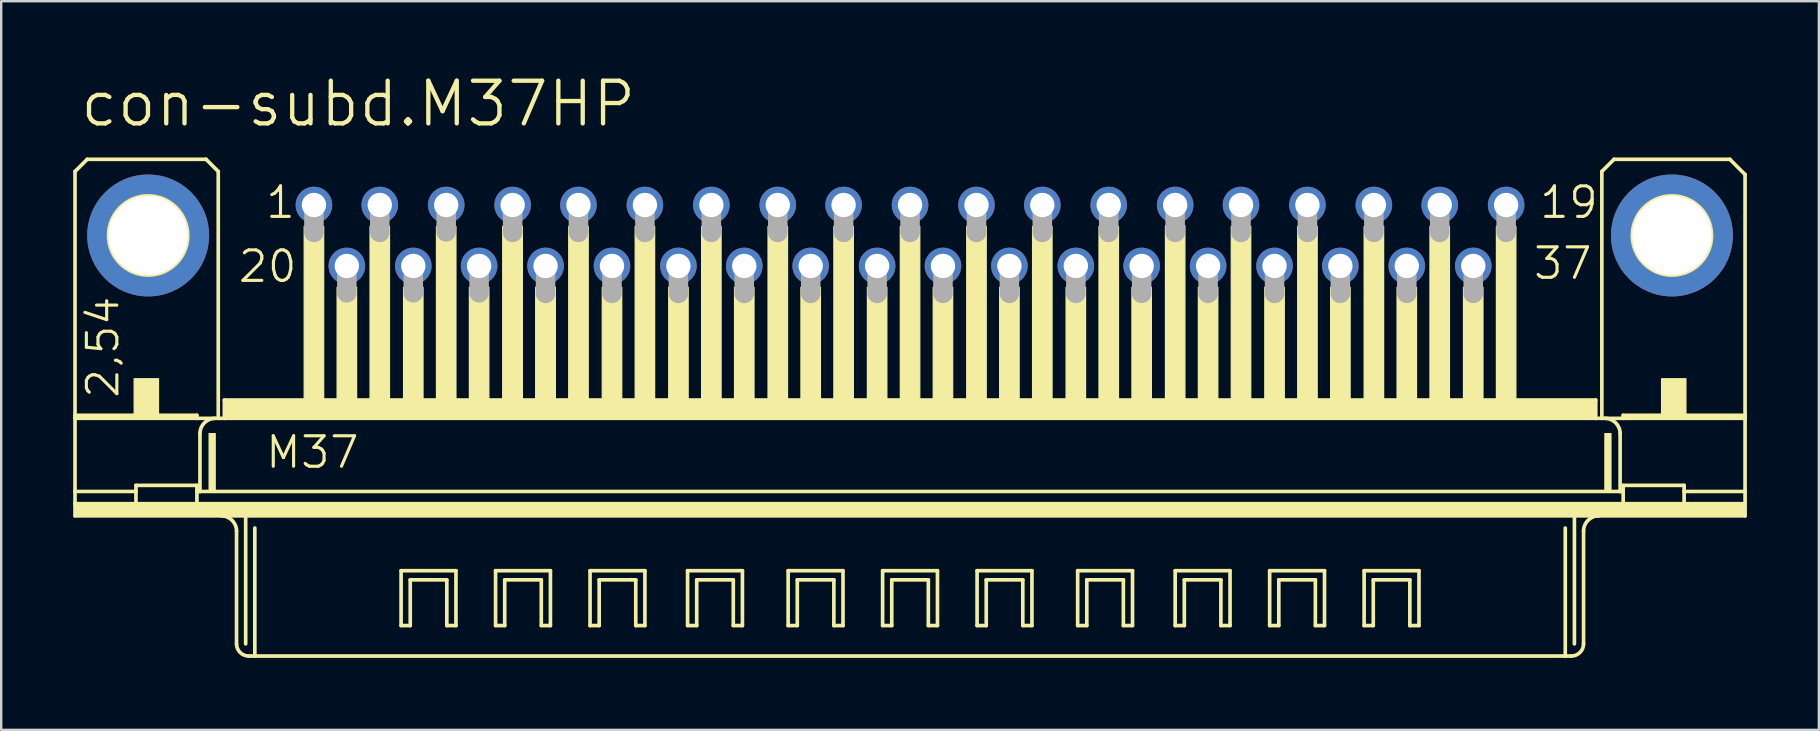
<source format=kicad_pcb>
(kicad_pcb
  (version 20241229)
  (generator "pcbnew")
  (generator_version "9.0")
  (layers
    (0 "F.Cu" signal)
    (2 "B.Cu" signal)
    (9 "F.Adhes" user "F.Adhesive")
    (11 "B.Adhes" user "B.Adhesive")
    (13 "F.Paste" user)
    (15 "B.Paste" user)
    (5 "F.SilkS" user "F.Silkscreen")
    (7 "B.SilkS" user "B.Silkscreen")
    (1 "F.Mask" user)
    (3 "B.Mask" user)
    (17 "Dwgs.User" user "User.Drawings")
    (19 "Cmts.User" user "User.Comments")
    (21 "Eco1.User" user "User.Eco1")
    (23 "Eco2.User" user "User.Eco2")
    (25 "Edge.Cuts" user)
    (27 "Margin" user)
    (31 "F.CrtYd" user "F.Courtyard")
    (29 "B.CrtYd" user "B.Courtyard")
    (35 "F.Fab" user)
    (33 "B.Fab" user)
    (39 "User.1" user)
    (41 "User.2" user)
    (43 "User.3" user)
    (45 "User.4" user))
  (footprint "con-subd.M37HP"
    (layer "F.Cu")
    (at 34.874 6.763)
    (property "Reference" "con-subd.M37HP" (at -34.671 -4.445 0) (layer "F.SilkS") (effects (font (size 1.778 1.778) (thickness 0.18)) (justify left bottom)))
    (attr through_hole)
    (fp_line (start -34.798 -2.667) (end -34.798 7.493) (stroke (width 0.152) (type default)) (layer "F.SilkS"))
    (fp_line (start -34.798 7.62) (end -34.798 7.493) (stroke (width 0.152) (type default)) (layer "F.SilkS"))
    (fp_line (start -34.798 10.668) (end -34.798 7.62) (stroke (width 0.152) (type default)) (layer "F.SilkS"))
    (fp_line (start -34.798 11.176) (end -34.798 10.668) (stroke (width 0.152) (type default)) (layer "F.SilkS"))
    (fp_line (start -34.798 11.684) (end -34.798 11.176) (stroke (width 0.152) (type default)) (layer "F.SilkS"))
    (fp_line (start -34.29 -3.175) (end -34.798 -2.667) (stroke (width 0.152) (type default)) (layer "F.SilkS"))
    (fp_line (start -32.258 10.668) (end -34.798 10.668) (stroke (width 0.152) (type default)) (layer "F.SilkS"))
    (fp_line (start -32.258 10.668) (end -32.258 10.414) (stroke (width 0.152) (type default)) (layer "F.SilkS"))
    (fp_line (start -32.258 10.668) (end -32.258 11.176) (stroke (width 0.152) (type default)) (layer "F.SilkS"))
    (fp_line (start -32.258 11.176) (end -34.798 11.176) (stroke (width 0.152) (type default)) (layer "F.SilkS"))
    (fp_line (start -29.718 7.493) (end -34.798 7.493) (stroke (width 0.152) (type default)) (layer "F.SilkS"))
    (fp_line (start -29.718 7.493) (end -29.718 7.62) (stroke (width 0.152) (type default)) (layer "F.SilkS"))
    (fp_line (start -29.718 7.62) (end -34.798 7.62) (stroke (width 0.152) (type default)) (layer "F.SilkS"))
    (fp_line (start -29.718 10.414) (end -32.258 10.414) (stroke (width 0.152) (type default)) (layer "F.SilkS"))
    (fp_line (start -29.718 10.414) (end -29.718 10.668) (stroke (width 0.152) (type default)) (layer "F.SilkS"))
    (fp_line (start -29.718 10.668) (end -29.718 11.176) (stroke (width 0.152) (type default)) (layer "F.SilkS"))
    (fp_line (start -29.718 11.176) (end -32.258 11.176) (stroke (width 0.152) (type default)) (layer "F.SilkS"))
    (fp_line (start -29.591 8.255) (end -29.591 10.668) (stroke (width 0.152) (type default)) (layer "F.SilkS"))
    (fp_line (start -29.591 10.668) (end -29.718 10.668) (stroke (width 0.152) (type default)) (layer "F.SilkS"))
    (fp_line (start -29.337 -3.175) (end -34.29 -3.175) (stroke (width 0.152) (type default)) (layer "F.SilkS"))
    (fp_line (start -28.829 -2.667) (end -29.337 -3.175) (stroke (width 0.152) (type default)) (layer "F.SilkS"))
    (fp_line (start -28.829 -2.667) (end -28.829 7.62) (stroke (width 0.152) (type default)) (layer "F.SilkS"))
    (fp_line (start -28.829 7.62) (end -29.718 7.62) (stroke (width 0.152) (type default)) (layer "F.SilkS"))
    (fp_line (start -28.575 7.62) (end -28.829 7.62) (stroke (width 0.152) (type default)) (layer "F.SilkS"))
    (fp_line (start -28.575 7.62) (end -28.575 6.858) (stroke (width 0.152) (type default)) (layer "F.SilkS"))
    (fp_line (start -28.067 12.319) (end -28.067 17.018) (stroke (width 0.152) (type default)) (layer "F.SilkS"))
    (fp_line (start -27.686 11.684) (end -34.798 11.684) (stroke (width 0.152) (type default)) (layer "F.SilkS"))
    (fp_line (start -27.686 11.684) (end -27.686 17.018) (stroke (width 0.152) (type default)) (layer "F.SilkS"))
    (fp_line (start -27.305 12.192) (end -27.305 17.526) (stroke (width 0.152) (type default)) (layer "F.SilkS"))
    (fp_line (start -27.305 17.526) (end -27.559 17.526) (stroke (width 0.152) (type default)) (layer "F.SilkS"))
    (fp_line (start -21.209 13.97) (end -18.923 13.97) (stroke (width 0.152) (type default)) (layer "F.SilkS"))
    (fp_line (start -21.209 16.256) (end -21.209 13.97) (stroke (width 0.152) (type default)) (layer "F.SilkS"))
    (fp_line (start -20.828 14.351) (end -20.828 16.256) (stroke (width 0.152) (type default)) (layer "F.SilkS"))
    (fp_line (start -20.828 16.256) (end -21.209 16.256) (stroke (width 0.152) (type default)) (layer "F.SilkS"))
    (fp_line (start -19.304 14.351) (end -20.828 14.351) (stroke (width 0.152) (type default)) (layer "F.SilkS"))
    (fp_line (start -19.304 16.256) (end -19.304 14.351) (stroke (width 0.152) (type default)) (layer "F.SilkS"))
    (fp_line (start -18.923 13.97) (end -18.923 16.256) (stroke (width 0.152) (type default)) (layer "F.SilkS"))
    (fp_line (start -18.923 16.256) (end -19.304 16.256) (stroke (width 0.152) (type default)) (layer "F.SilkS"))
    (fp_line (start -17.272 13.97) (end -14.986 13.97) (stroke (width 0.152) (type default)) (layer "F.SilkS"))
    (fp_line (start -17.272 16.256) (end -17.272 13.97) (stroke (width 0.152) (type default)) (layer "F.SilkS"))
    (fp_line (start -16.891 14.351) (end -16.891 16.256) (stroke (width 0.152) (type default)) (layer "F.SilkS"))
    (fp_line (start -16.891 16.256) (end -17.272 16.256) (stroke (width 0.152) (type default)) (layer "F.SilkS"))
    (fp_line (start -15.367 14.351) (end -16.891 14.351) (stroke (width 0.152) (type default)) (layer "F.SilkS"))
    (fp_line (start -15.367 16.256) (end -15.367 14.351) (stroke (width 0.152) (type default)) (layer "F.SilkS"))
    (fp_line (start -14.986 13.97) (end -14.986 16.256) (stroke (width 0.152) (type default)) (layer "F.SilkS"))
    (fp_line (start -14.986 16.256) (end -15.367 16.256) (stroke (width 0.152) (type default)) (layer "F.SilkS"))
    (fp_line (start -13.335 13.97) (end -11.049 13.97) (stroke (width 0.152) (type default)) (layer "F.SilkS"))
    (fp_line (start -13.335 16.256) (end -13.335 13.97) (stroke (width 0.152) (type default)) (layer "F.SilkS"))
    (fp_line (start -12.954 14.351) (end -12.954 16.256) (stroke (width 0.152) (type default)) (layer "F.SilkS"))
    (fp_line (start -12.954 16.256) (end -13.335 16.256) (stroke (width 0.152) (type default)) (layer "F.SilkS"))
    (fp_line (start -11.43 14.351) (end -12.954 14.351) (stroke (width 0.152) (type default)) (layer "F.SilkS"))
    (fp_line (start -11.43 16.256) (end -11.43 14.351) (stroke (width 0.152) (type default)) (layer "F.SilkS"))
    (fp_line (start -11.049 13.97) (end -11.049 16.256) (stroke (width 0.152) (type default)) (layer "F.SilkS"))
    (fp_line (start -11.049 16.256) (end -11.43 16.256) (stroke (width 0.152) (type default)) (layer "F.SilkS"))
    (fp_line (start -9.271 13.97) (end -6.985 13.97) (stroke (width 0.152) (type default)) (layer "F.SilkS"))
    (fp_line (start -9.271 16.256) (end -9.271 13.97) (stroke (width 0.152) (type default)) (layer "F.SilkS"))
    (fp_line (start -8.89 14.351) (end -8.89 16.256) (stroke (width 0.152) (type default)) (layer "F.SilkS"))
    (fp_line (start -8.89 16.256) (end -9.271 16.256) (stroke (width 0.152) (type default)) (layer "F.SilkS"))
    (fp_line (start -7.366 14.351) (end -8.89 14.351) (stroke (width 0.152) (type default)) (layer "F.SilkS"))
    (fp_line (start -7.366 16.256) (end -7.366 14.351) (stroke (width 0.152) (type default)) (layer "F.SilkS"))
    (fp_line (start -6.985 13.97) (end -6.985 16.256) (stroke (width 0.152) (type default)) (layer "F.SilkS"))
    (fp_line (start -6.985 16.256) (end -7.366 16.256) (stroke (width 0.152) (type default)) (layer "F.SilkS"))
    (fp_line (start -5.08 13.97) (end -2.794 13.97) (stroke (width 0.152) (type default)) (layer "F.SilkS"))
    (fp_line (start -5.08 16.256) (end -5.08 13.97) (stroke (width 0.152) (type default)) (layer "F.SilkS"))
    (fp_line (start -4.699 14.351) (end -4.699 16.256) (stroke (width 0.152) (type default)) (layer "F.SilkS"))
    (fp_line (start -4.699 16.256) (end -5.08 16.256) (stroke (width 0.152) (type default)) (layer "F.SilkS"))
    (fp_line (start -3.175 14.351) (end -4.699 14.351) (stroke (width 0.152) (type default)) (layer "F.SilkS"))
    (fp_line (start -3.175 16.256) (end -3.175 14.351) (stroke (width 0.152) (type default)) (layer "F.SilkS"))
    (fp_line (start -2.794 13.97) (end -2.794 16.256) (stroke (width 0.152) (type default)) (layer "F.SilkS"))
    (fp_line (start -2.794 16.256) (end -3.175 16.256) (stroke (width 0.152) (type default)) (layer "F.SilkS"))
    (fp_line (start -1.143 13.97) (end 1.143 13.97) (stroke (width 0.152) (type default)) (layer "F.SilkS"))
    (fp_line (start -1.143 16.256) (end -1.143 13.97) (stroke (width 0.152) (type default)) (layer "F.SilkS"))
    (fp_line (start -0.762 14.351) (end -0.762 16.256) (stroke (width 0.152) (type default)) (layer "F.SilkS"))
    (fp_line (start -0.762 16.256) (end -1.143 16.256) (stroke (width 0.152) (type default)) (layer "F.SilkS"))
    (fp_line (start 0.762 14.351) (end -0.762 14.351) (stroke (width 0.152) (type default)) (layer "F.SilkS"))
    (fp_line (start 0.762 16.256) (end 0.762 14.351) (stroke (width 0.152) (type default)) (layer "F.SilkS"))
    (fp_line (start 1.143 13.97) (end 1.143 16.256) (stroke (width 0.152) (type default)) (layer "F.SilkS"))
    (fp_line (start 1.143 16.256) (end 0.762 16.256) (stroke (width 0.152) (type default)) (layer "F.SilkS"))
    (fp_line (start 2.794 13.97) (end 5.08 13.97) (stroke (width 0.152) (type default)) (layer "F.SilkS"))
    (fp_line (start 2.794 16.256) (end 2.794 13.97) (stroke (width 0.152) (type default)) (layer "F.SilkS"))
    (fp_line (start 3.175 14.351) (end 3.175 16.256) (stroke (width 0.152) (type default)) (layer "F.SilkS"))
    (fp_line (start 3.175 16.256) (end 2.794 16.256) (stroke (width 0.152) (type default)) (layer "F.SilkS"))
    (fp_line (start 4.699 14.351) (end 3.175 14.351) (stroke (width 0.152) (type default)) (layer "F.SilkS"))
    (fp_line (start 4.699 16.256) (end 4.699 14.351) (stroke (width 0.152) (type default)) (layer "F.SilkS"))
    (fp_line (start 5.08 13.97) (end 5.08 16.256) (stroke (width 0.152) (type default)) (layer "F.SilkS"))
    (fp_line (start 5.08 16.256) (end 4.699 16.256) (stroke (width 0.152) (type default)) (layer "F.SilkS"))
    (fp_line (start 6.985 13.97) (end 9.271 13.97) (stroke (width 0.152) (type default)) (layer "F.SilkS"))
    (fp_line (start 6.985 16.256) (end 6.985 13.97) (stroke (width 0.152) (type default)) (layer "F.SilkS"))
    (fp_line (start 7.366 14.351) (end 7.366 16.256) (stroke (width 0.152) (type default)) (layer "F.SilkS"))
    (fp_line (start 7.366 16.256) (end 6.985 16.256) (stroke (width 0.152) (type default)) (layer "F.SilkS"))
    (fp_line (start 8.89 14.351) (end 7.366 14.351) (stroke (width 0.152) (type default)) (layer "F.SilkS"))
    (fp_line (start 8.89 16.256) (end 8.89 14.351) (stroke (width 0.152) (type default)) (layer "F.SilkS"))
    (fp_line (start 9.271 13.97) (end 9.271 16.256) (stroke (width 0.152) (type default)) (layer "F.SilkS"))
    (fp_line (start 9.271 16.256) (end 8.89 16.256) (stroke (width 0.152) (type default)) (layer "F.SilkS"))
    (fp_line (start 11.049 13.97) (end 13.335 13.97) (stroke (width 0.152) (type default)) (layer "F.SilkS"))
    (fp_line (start 11.049 16.256) (end 11.049 13.97) (stroke (width 0.152) (type default)) (layer "F.SilkS"))
    (fp_line (start 11.43 14.351) (end 11.43 16.256) (stroke (width 0.152) (type default)) (layer "F.SilkS"))
    (fp_line (start 11.43 16.256) (end 11.049 16.256) (stroke (width 0.152) (type default)) (layer "F.SilkS"))
    (fp_line (start 12.954 14.351) (end 11.43 14.351) (stroke (width 0.152) (type default)) (layer "F.SilkS"))
    (fp_line (start 12.954 16.256) (end 12.954 14.351) (stroke (width 0.152) (type default)) (layer "F.SilkS"))
    (fp_line (start 13.335 13.97) (end 13.335 16.256) (stroke (width 0.152) (type default)) (layer "F.SilkS"))
    (fp_line (start 13.335 16.256) (end 12.954 16.256) (stroke (width 0.152) (type default)) (layer "F.SilkS"))
    (fp_line (start 14.986 13.97) (end 17.272 13.97) (stroke (width 0.152) (type default)) (layer "F.SilkS"))
    (fp_line (start 14.986 16.256) (end 14.986 13.97) (stroke (width 0.152) (type default)) (layer "F.SilkS"))
    (fp_line (start 15.367 14.351) (end 15.367 16.256) (stroke (width 0.152) (type default)) (layer "F.SilkS"))
    (fp_line (start 15.367 16.256) (end 14.986 16.256) (stroke (width 0.152) (type default)) (layer "F.SilkS"))
    (fp_line (start 16.891 14.351) (end 15.367 14.351) (stroke (width 0.152) (type default)) (layer "F.SilkS"))
    (fp_line (start 16.891 16.256) (end 16.891 14.351) (stroke (width 0.152) (type default)) (layer "F.SilkS"))
    (fp_line (start 17.272 13.97) (end 17.272 16.256) (stroke (width 0.152) (type default)) (layer "F.SilkS"))
    (fp_line (start 17.272 16.256) (end 16.891 16.256) (stroke (width 0.152) (type default)) (layer "F.SilkS"))
    (fp_line (start 18.923 13.97) (end 21.209 13.97) (stroke (width 0.152) (type default)) (layer "F.SilkS"))
    (fp_line (start 18.923 16.256) (end 18.923 13.97) (stroke (width 0.152) (type default)) (layer "F.SilkS"))
    (fp_line (start 19.304 14.351) (end 19.304 16.256) (stroke (width 0.152) (type default)) (layer "F.SilkS"))
    (fp_line (start 19.304 16.256) (end 18.923 16.256) (stroke (width 0.152) (type default)) (layer "F.SilkS"))
    (fp_line (start 20.828 14.351) (end 19.304 14.351) (stroke (width 0.152) (type default)) (layer "F.SilkS"))
    (fp_line (start 20.828 16.256) (end 20.828 14.351) (stroke (width 0.152) (type default)) (layer "F.SilkS"))
    (fp_line (start 21.209 13.97) (end 21.209 16.256) (stroke (width 0.152) (type default)) (layer "F.SilkS"))
    (fp_line (start 21.209 16.256) (end 20.828 16.256) (stroke (width 0.152) (type default)) (layer "F.SilkS"))
    (fp_line (start 27.305 12.192) (end 27.305 17.526) (stroke (width 0.152) (type default)) (layer "F.SilkS"))
    (fp_line (start 27.305 17.526) (end -27.305 17.526) (stroke (width 0.152) (type default)) (layer "F.SilkS"))
    (fp_line (start 27.559 17.526) (end 27.305 17.526) (stroke (width 0.152) (type default)) (layer "F.SilkS"))
    (fp_line (start 27.686 11.684) (end -27.686 11.684) (stroke (width 0.152) (type default)) (layer "F.SilkS"))
    (fp_line (start 27.686 11.684) (end 27.686 17.018) (stroke (width 0.152) (type default)) (layer "F.SilkS"))
    (fp_line (start 28.067 12.319) (end 28.067 17.018) (stroke (width 0.152) (type default)) (layer "F.SilkS"))
    (fp_line (start 28.575 6.858) (end -28.575 6.858) (stroke (width 0.152) (type default)) (layer "F.SilkS"))
    (fp_line (start 28.575 7.62) (end -28.575 7.62) (stroke (width 0.152) (type default)) (layer "F.SilkS"))
    (fp_line (start 28.575 7.62) (end 28.575 6.858) (stroke (width 0.152) (type default)) (layer "F.SilkS"))
    (fp_line (start 28.829 -2.667) (end 28.829 7.62) (stroke (width 0.152) (type default)) (layer "F.SilkS"))
    (fp_line (start 28.829 7.62) (end 28.575 7.62) (stroke (width 0.152) (type default)) (layer "F.SilkS"))
    (fp_line (start 29.337 -3.175) (end 28.829 -2.667) (stroke (width 0.152) (type default)) (layer "F.SilkS"))
    (fp_line (start 29.337 -3.175) (end 34.163 -3.175) (stroke (width 0.152) (type default)) (layer "F.SilkS"))
    (fp_line (start 29.591 8.255) (end 29.591 10.668) (stroke (width 0.152) (type default)) (layer "F.SilkS"))
    (fp_line (start 29.591 10.668) (end -29.591 10.668) (stroke (width 0.152) (type default)) (layer "F.SilkS"))
    (fp_line (start 29.718 7.493) (end 29.718 7.62) (stroke (width 0.152) (type default)) (layer "F.SilkS"))
    (fp_line (start 29.718 7.62) (end 28.829 7.62) (stroke (width 0.152) (type default)) (layer "F.SilkS"))
    (fp_line (start 29.718 10.414) (end 29.718 10.668) (stroke (width 0.152) (type default)) (layer "F.SilkS"))
    (fp_line (start 29.718 10.668) (end 29.591 10.668) (stroke (width 0.152) (type default)) (layer "F.SilkS"))
    (fp_line (start 29.718 10.668) (end 29.718 11.176) (stroke (width 0.152) (type default)) (layer "F.SilkS"))
    (fp_line (start 29.718 11.176) (end -29.718 11.176) (stroke (width 0.152) (type default)) (layer "F.SilkS"))
    (fp_line (start 32.258 10.414) (end 29.718 10.414) (stroke (width 0.152) (type default)) (layer "F.SilkS"))
    (fp_line (start 32.258 10.668) (end 32.258 10.414) (stroke (width 0.152) (type default)) (layer "F.SilkS"))
    (fp_line (start 32.258 10.668) (end 32.258 11.176) (stroke (width 0.152) (type default)) (layer "F.SilkS"))
    (fp_line (start 32.258 11.176) (end 29.718 11.176) (stroke (width 0.152) (type default)) (layer "F.SilkS"))
    (fp_line (start 34.163 -3.175) (end 34.798 -2.54) (stroke (width 0.152) (type default)) (layer "F.SilkS"))
    (fp_line (start 34.798 -2.54) (end 34.798 7.493) (stroke (width 0.152) (type default)) (layer "F.SilkS"))
    (fp_line (start 34.798 7.493) (end 29.718 7.493) (stroke (width 0.152) (type default)) (layer "F.SilkS"))
    (fp_line (start 34.798 7.62) (end 29.718 7.62) (stroke (width 0.152) (type default)) (layer "F.SilkS"))
    (fp_line (start 34.798 7.62) (end 34.798 7.493) (stroke (width 0.152) (type default)) (layer "F.SilkS"))
    (fp_line (start 34.798 7.62) (end 34.798 10.668) (stroke (width 0.152) (type default)) (layer "F.SilkS"))
    (fp_line (start 34.798 10.668) (end 32.258 10.668) (stroke (width 0.152) (type default)) (layer "F.SilkS"))
    (fp_line (start 34.798 10.668) (end 34.798 11.176) (stroke (width 0.152) (type default)) (layer "F.SilkS"))
    (fp_line (start 34.798 11.176) (end 32.258 11.176) (stroke (width 0.152) (type default)) (layer "F.SilkS"))
    (fp_line (start 34.798 11.176) (end 34.798 11.684) (stroke (width 0.152) (type default)) (layer "F.SilkS"))
    (fp_line (start 34.798 11.684) (end 27.686 11.684) (stroke (width 0.152) (type default)) (layer "F.SilkS"))
    (fp_rect (start -34.798 11.684) (end 34.798 11.176) (stroke (width 0.05) (type default)) (fill yes) (layer "F.SilkS"))
    (fp_rect (start -32.334 7.62) (end -31.318 5.969) (stroke (width 0.05) (type default)) (fill yes) (layer "F.SilkS"))
    (fp_rect (start -29.21 10.668) (end -28.956 8.255) (stroke (width 0.05) (type default)) (fill yes) (layer "F.SilkS"))
    (fp_rect (start -28.575 7.62) (end 28.575 6.858) (stroke (width 0.05) (type default)) (fill yes) (layer "F.SilkS"))
    (fp_rect (start -25.248 6.858) (end -24.435 -0.381) (stroke (width 0.05) (type default)) (fill yes) (layer "F.SilkS"))
    (fp_rect (start -23.876 6.858) (end -23.063 2.159) (stroke (width 0.05) (type default)) (fill yes) (layer "F.SilkS"))
    (fp_rect (start -22.504 6.858) (end -21.692 -0.381) (stroke (width 0.05) (type default)) (fill yes) (layer "F.SilkS"))
    (fp_rect (start -21.107 6.858) (end -20.295 2.159) (stroke (width 0.05) (type default)) (fill yes) (layer "F.SilkS"))
    (fp_rect (start -19.736 6.858) (end -18.923 -0.381) (stroke (width 0.05) (type default)) (fill yes) (layer "F.SilkS"))
    (fp_rect (start -18.364 6.858) (end -17.551 2.159) (stroke (width 0.05) (type default)) (fill yes) (layer "F.SilkS"))
    (fp_rect (start -16.967 6.858) (end -16.154 -0.381) (stroke (width 0.05) (type default)) (fill yes) (layer "F.SilkS"))
    (fp_rect (start -16.967 6.858) (end -16.154 -0.381) (stroke (width 0.05) (type default)) (fill yes) (layer "F.SilkS"))
    (fp_rect (start -15.596 6.858) (end -14.783 2.159) (stroke (width 0.05) (type default)) (fill yes) (layer "F.SilkS"))
    (fp_rect (start -15.596 6.858) (end -14.783 2.159) (stroke (width 0.05) (type default)) (fill yes) (layer "F.SilkS"))
    (fp_rect (start -14.224 6.858) (end -13.411 -0.381) (stroke (width 0.05) (type default)) (fill yes) (layer "F.SilkS"))
    (fp_rect (start -12.827 6.858) (end -12.014 2.159) (stroke (width 0.05) (type default)) (fill yes) (layer "F.SilkS"))
    (fp_rect (start -11.455 6.858) (end -10.643 -0.381) (stroke (width 0.05) (type default)) (fill yes) (layer "F.SilkS"))
    (fp_rect (start -10.058 6.858) (end -9.246 2.159) (stroke (width 0.05) (type default)) (fill yes) (layer "F.SilkS"))
    (fp_rect (start -8.687 6.858) (end -7.874 -0.381) (stroke (width 0.05) (type default)) (fill yes) (layer "F.SilkS"))
    (fp_rect (start -7.315 6.858) (end -6.502 2.159) (stroke (width 0.05) (type default)) (fill yes) (layer "F.SilkS"))
    (fp_rect (start -5.918 6.858) (end -5.105 -0.381) (stroke (width 0.05) (type default)) (fill yes) (layer "F.SilkS"))
    (fp_rect (start -4.547 6.858) (end -3.734 2.159) (stroke (width 0.05) (type default)) (fill yes) (layer "F.SilkS"))
    (fp_rect (start -3.175 6.858) (end -2.362 -0.381) (stroke (width 0.05) (type default)) (fill yes) (layer "F.SilkS"))
    (fp_rect (start -1.778 6.858) (end -0.965 2.159) (stroke (width 0.05) (type default)) (fill yes) (layer "F.SilkS"))
    (fp_rect (start -0.406 6.858) (end 0.406 -0.381) (stroke (width 0.05) (type default)) (fill yes) (layer "F.SilkS"))
    (fp_rect (start 0.965 6.858) (end 1.778 2.159) (stroke (width 0.05) (type default)) (fill yes) (layer "F.SilkS"))
    (fp_rect (start 2.362 6.858) (end 3.175 -0.381) (stroke (width 0.05) (type default)) (fill yes) (layer "F.SilkS"))
    (fp_rect (start 3.734 6.858) (end 4.547 2.159) (stroke (width 0.05) (type default)) (fill yes) (layer "F.SilkS"))
    (fp_rect (start 5.105 6.858) (end 5.918 -0.381) (stroke (width 0.05) (type default)) (fill yes) (layer "F.SilkS"))
    (fp_rect (start 6.502 6.858) (end 7.315 2.159) (stroke (width 0.05) (type default)) (fill yes) (layer "F.SilkS"))
    (fp_rect (start 7.874 6.858) (end 8.687 -0.381) (stroke (width 0.05) (type default)) (fill yes) (layer "F.SilkS"))
    (fp_rect (start 9.246 6.858) (end 10.058 2.159) (stroke (width 0.05) (type default)) (fill yes) (layer "F.SilkS"))
    (fp_rect (start 10.643 6.833) (end 11.455 -0.406) (stroke (width 0.05) (type default)) (fill yes) (layer "F.SilkS"))
    (fp_rect (start 12.014 6.858) (end 12.827 2.159) (stroke (width 0.05) (type default)) (fill yes) (layer "F.SilkS"))
    (fp_rect (start 13.386 6.858) (end 14.199 -0.381) (stroke (width 0.05) (type default)) (fill yes) (layer "F.SilkS"))
    (fp_rect (start 14.783 6.858) (end 15.596 2.159) (stroke (width 0.05) (type default)) (fill yes) (layer "F.SilkS"))
    (fp_rect (start 16.154 6.858) (end 16.967 -0.381) (stroke (width 0.05) (type default)) (fill yes) (layer "F.SilkS"))
    (fp_rect (start 17.526 6.858) (end 18.339 2.159) (stroke (width 0.05) (type default)) (fill yes) (layer "F.SilkS"))
    (fp_rect (start 18.923 6.858) (end 19.736 -0.381) (stroke (width 0.05) (type default)) (fill yes) (layer "F.SilkS"))
    (fp_rect (start 20.295 6.858) (end 21.107 2.159) (stroke (width 0.05) (type default)) (fill yes) (layer "F.SilkS"))
    (fp_rect (start 21.666 6.858) (end 22.479 -0.381) (stroke (width 0.05) (type default)) (fill yes) (layer "F.SilkS"))
    (fp_rect (start 23.063 6.858) (end 23.876 2.159) (stroke (width 0.05) (type default)) (fill yes) (layer "F.SilkS"))
    (fp_rect (start 24.435 6.858) (end 25.248 -0.381) (stroke (width 0.05) (type default)) (fill yes) (layer "F.SilkS"))
    (fp_rect (start 28.956 10.668) (end 29.21 8.255) (stroke (width 0.05) (type default)) (fill yes) (layer "F.SilkS"))
    (fp_rect (start 31.318 7.62) (end 32.334 5.969) (stroke (width 0.05) (type default)) (fill yes) (layer "F.SilkS"))
    (fp_arc (start -29.591 8.255) (mid -29.405013 7.805987) (end -28.956 7.62) (stroke (width 0.1524) (type default)) (layer "F.SilkS"))
    (fp_arc (start -28.702 11.684) (mid -28.252987 11.869987) (end -28.067 12.319) (stroke (width 0.1524) (type default)) (layer "F.SilkS"))
    (fp_arc (start -27.559 17.526) (mid -27.91821 17.37721) (end -28.067 17.018) (stroke (width 0.1524) (type default)) (layer "F.SilkS"))
    (fp_arc (start 28.067 12.319) (mid 28.252987 11.869987) (end 28.702 11.684) (stroke (width 0.1524) (type default)) (layer "F.SilkS"))
    (fp_arc (start 28.067 17.018) (mid 27.91821 17.37721) (end 27.559 17.526) (stroke (width 0.1524) (type default)) (layer "F.SilkS"))
    (fp_arc (start 28.956 7.62) (mid 29.405013 7.805987) (end 29.591 8.255) (stroke (width 0.1524) (type default)) (layer "F.SilkS"))
    (fp_circle (center -31.75 0) (end -30.099 0) (stroke (width 0.152) (type default)) (fill no) (layer "F.SilkS"))
    (fp_circle (center 31.75 0) (end 33.401 0) (stroke (width 0.152) (type default)) (fill no) (layer "F.SilkS"))
    (fp_line (start -24.841 -1.143) (end -24.841 -0.127) (stroke (width 0.813) (type default)) (layer "F.Fab"))
    (fp_line (start -23.47 1.372) (end -23.47 2.388) (stroke (width 0.813) (type default)) (layer "F.Fab"))
    (fp_line (start -22.098 -1.143) (end -22.098 -0.127) (stroke (width 0.813) (type default)) (layer "F.Fab"))
    (fp_line (start -20.701 1.372) (end -20.701 2.388) (stroke (width 0.813) (type default)) (layer "F.Fab"))
    (fp_line (start -19.329 -1.168) (end -19.329 -0.152) (stroke (width 0.813) (type default)) (layer "F.Fab"))
    (fp_line (start -17.958 1.372) (end -17.958 2.388) (stroke (width 0.813) (type default)) (layer "F.Fab"))
    (fp_line (start -16.561 -1.143) (end -16.561 -0.127) (stroke (width 0.813) (type default)) (layer "F.Fab"))
    (fp_line (start -15.189 1.397) (end -15.189 2.413) (stroke (width 0.813) (type default)) (layer "F.Fab"))
    (fp_line (start -13.818 -1.143) (end -13.818 -0.127) (stroke (width 0.813) (type default)) (layer "F.Fab"))
    (fp_line (start -12.421 1.397) (end -12.421 2.413) (stroke (width 0.813) (type default)) (layer "F.Fab"))
    (fp_line (start -11.049 -1.143) (end -11.049 -0.127) (stroke (width 0.813) (type default)) (layer "F.Fab"))
    (fp_line (start -9.652 1.397) (end -9.652 2.413) (stroke (width 0.813) (type default)) (layer "F.Fab"))
    (fp_line (start -8.28 -1.143) (end -8.28 -0.127) (stroke (width 0.813) (type default)) (layer "F.Fab"))
    (fp_line (start -6.909 1.397) (end -6.909 2.413) (stroke (width 0.813) (type default)) (layer "F.Fab"))
    (fp_line (start -5.512 -1.143) (end -5.512 -0.127) (stroke (width 0.813) (type default)) (layer "F.Fab"))
    (fp_line (start -4.14 1.397) (end -4.14 2.413) (stroke (width 0.813) (type default)) (layer "F.Fab"))
    (fp_line (start -2.769 -1.143) (end -2.769 -0.127) (stroke (width 0.813) (type default)) (layer "F.Fab"))
    (fp_line (start -1.372 1.397) (end -1.372 2.413) (stroke (width 0.813) (type default)) (layer "F.Fab"))
    (fp_line (start 0 -1.143) (end 0 -0.127) (stroke (width 0.813) (type default)) (layer "F.Fab"))
    (fp_line (start 1.372 1.397) (end 1.372 2.413) (stroke (width 0.813) (type default)) (layer "F.Fab"))
    (fp_line (start 2.769 -1.143) (end 2.769 -0.127) (stroke (width 0.813) (type default)) (layer "F.Fab"))
    (fp_line (start 4.14 1.397) (end 4.14 2.413) (stroke (width 0.813) (type default)) (layer "F.Fab"))
    (fp_line (start 5.512 -1.143) (end 5.512 -0.127) (stroke (width 0.813) (type default)) (layer "F.Fab"))
    (fp_line (start 6.909 1.397) (end 6.909 2.413) (stroke (width 0.813) (type default)) (layer "F.Fab"))
    (fp_line (start 8.28 -1.143) (end 8.28 -0.127) (stroke (width 0.813) (type default)) (layer "F.Fab"))
    (fp_line (start 9.652 1.397) (end 9.652 2.413) (stroke (width 0.813) (type default)) (layer "F.Fab"))
    (fp_line (start 11.049 -1.143) (end 11.049 -0.127) (stroke (width 0.813) (type default)) (layer "F.Fab"))
    (fp_line (start 12.421 1.397) (end 12.421 2.413) (stroke (width 0.813) (type default)) (layer "F.Fab"))
    (fp_line (start 13.792 -1.143) (end 13.792 -0.127) (stroke (width 0.813) (type default)) (layer "F.Fab"))
    (fp_line (start 15.189 1.397) (end 15.189 2.413) (stroke (width 0.813) (type default)) (layer "F.Fab"))
    (fp_line (start 16.561 -1.143) (end 16.561 -0.127) (stroke (width 0.813) (type default)) (layer "F.Fab"))
    (fp_line (start 17.932 1.397) (end 17.932 2.413) (stroke (width 0.813) (type default)) (layer "F.Fab"))
    (fp_line (start 19.329 -1.143) (end 19.329 -0.127) (stroke (width 0.813) (type default)) (layer "F.Fab"))
    (fp_line (start 20.701 1.397) (end 20.701 2.413) (stroke (width 0.813) (type default)) (layer "F.Fab"))
    (fp_line (start 22.073 -1.143) (end 22.073 -0.127) (stroke (width 0.813) (type default)) (layer "F.Fab"))
    (fp_line (start 23.47 1.397) (end 23.47 2.413) (stroke (width 0.813) (type default)) (layer "F.Fab"))
    (fp_line (start 24.841 -1.143) (end 24.841 -0.127) (stroke (width 0.813) (type default)) (layer "F.Fab"))
    (fp_text user "2,54" (at -32.893 6.858 90) (layer "F.SilkS") (effects (font (size 1.27 1.27) (thickness 0.13)) (justify left bottom)))
    (fp_text user "37" (at 25.908 1.905 0) (layer "F.SilkS") (effects (font (size 1.27 1.27) (thickness 0.13)) (justify left bottom)))
    (fp_text user "1" (at -26.924 -0.635 0) (layer "F.SilkS") (effects (font (size 1.27 1.27) (thickness 0.13)) (justify left bottom)))
    (fp_text user "20" (at -28.067 2.032 0) (layer "F.SilkS") (effects (font (size 1.27 1.27) (thickness 0.13)) (justify left bottom)))
    (fp_text user "M37" (at -26.924 9.779 0) (layer "F.SilkS") (effects (font (size 1.27 1.27) (thickness 0.13)) (justify left bottom)))
    (fp_text user "19" (at 26.162 -0.635 0) (layer "F.SilkS") (effects (font (size 1.27 1.27) (thickness 0.13)) (justify left bottom)))
    (pad "1" thru_hole circle (at -24.841 -1.27) (size 1.524 1.524) (drill 1.016) (layers "*.Cu" "*.Mask"))
    (pad "2" thru_hole circle (at -22.098 -1.27) (size 1.524 1.524) (drill 1.016) (layers "*.Cu" "*.Mask"))
    (pad "3" thru_hole circle (at -19.329 -1.27) (size 1.524 1.524) (drill 1.016) (layers "*.Cu" "*.Mask"))
    (pad "4" thru_hole circle (at -16.561 -1.27) (size 1.524 1.524) (drill 1.016) (layers "*.Cu" "*.Mask"))
    (pad "5" thru_hole circle (at -13.818 -1.27) (size 1.524 1.524) (drill 1.016) (layers "*.Cu" "*.Mask"))
    (pad "6" thru_hole circle (at -11.049 -1.27) (size 1.524 1.524) (drill 1.016) (layers "*.Cu" "*.Mask"))
    (pad "7" thru_hole circle (at -8.28 -1.27) (size 1.524 1.524) (drill 1.016) (layers "*.Cu" "*.Mask"))
    (pad "8" thru_hole circle (at -5.512 -1.27) (size 1.524 1.524) (drill 1.016) (layers "*.Cu" "*.Mask"))
    (pad "9" thru_hole circle (at -2.769 -1.27) (size 1.524 1.524) (drill 1.016) (layers "*.Cu" "*.Mask"))
    (pad "10" thru_hole circle (at 0 -1.27) (size 1.524 1.524) (drill 1.016) (layers "*.Cu" "*.Mask"))
    (pad "11" thru_hole circle (at 2.769 -1.27) (size 1.524 1.524) (drill 1.016) (layers "*.Cu" "*.Mask"))
    (pad "12" thru_hole circle (at 5.512 -1.27) (size 1.524 1.524) (drill 1.016) (layers "*.Cu" "*.Mask"))
    (pad "13" thru_hole circle (at 8.28 -1.27) (size 1.524 1.524) (drill 1.016) (layers "*.Cu" "*.Mask"))
    (pad "14" thru_hole circle (at 11.049 -1.27) (size 1.524 1.524) (drill 1.016) (layers "*.Cu" "*.Mask"))
    (pad "15" thru_hole circle (at 13.792 -1.27) (size 1.524 1.524) (drill 1.016) (layers "*.Cu" "*.Mask"))
    (pad "16" thru_hole circle (at 16.561 -1.27) (size 1.524 1.524) (drill 1.016) (layers "*.Cu" "*.Mask"))
    (pad "17" thru_hole circle (at 19.329 -1.27) (size 1.524 1.524) (drill 1.016) (layers "*.Cu" "*.Mask"))
    (pad "18" thru_hole circle (at 22.073 -1.27) (size 1.524 1.524) (drill 1.016) (layers "*.Cu" "*.Mask"))
    (pad "19" thru_hole circle (at 24.841 -1.27) (size 1.524 1.524) (drill 1.016) (layers "*.Cu" "*.Mask"))
    (pad "20" thru_hole circle (at -23.47 1.27) (size 1.524 1.524) (drill 1.016) (layers "*.Cu" "*.Mask"))
    (pad "21" thru_hole circle (at -20.701 1.27) (size 1.524 1.524) (drill 1.016) (layers "*.Cu" "*.Mask"))
    (pad "22" thru_hole circle (at -17.958 1.27) (size 1.524 1.524) (drill 1.016) (layers "*.Cu" "*.Mask"))
    (pad "23" thru_hole circle (at -15.189 1.27) (size 1.524 1.524) (drill 1.016) (layers "*.Cu" "*.Mask"))
    (pad "24" thru_hole circle (at -12.421 1.27) (size 1.524 1.524) (drill 1.016) (layers "*.Cu" "*.Mask"))
    (pad "25" thru_hole circle (at -9.652 1.27) (size 1.524 1.524) (drill 1.016) (layers "*.Cu" "*.Mask"))
    (pad "26" thru_hole circle (at -6.909 1.27) (size 1.524 1.524) (drill 1.016) (layers "*.Cu" "*.Mask"))
    (pad "27" thru_hole circle (at -4.14 1.27) (size 1.524 1.524) (drill 1.016) (layers "*.Cu" "*.Mask"))
    (pad "28" thru_hole circle (at -1.372 1.27) (size 1.524 1.524) (drill 1.016) (layers "*.Cu" "*.Mask"))
    (pad "29" thru_hole circle (at 1.372 1.27) (size 1.524 1.524) (drill 1.016) (layers "*.Cu" "*.Mask"))
    (pad "30" thru_hole circle (at 4.14 1.27) (size 1.524 1.524) (drill 1.016) (layers "*.Cu" "*.Mask"))
    (pad "31" thru_hole circle (at 6.909 1.27) (size 1.524 1.524) (drill 1.016) (layers "*.Cu" "*.Mask"))
    (pad "32" thru_hole circle (at 9.652 1.27) (size 1.524 1.524) (drill 1.016) (layers "*.Cu" "*.Mask"))
    (pad "33" thru_hole circle (at 12.421 1.27) (size 1.524 1.524) (drill 1.016) (layers "*.Cu" "*.Mask"))
    (pad "34" thru_hole circle (at 15.189 1.27) (size 1.524 1.524) (drill 1.016) (layers "*.Cu" "*.Mask"))
    (pad "35" thru_hole circle (at 17.932 1.27) (size 1.524 1.524) (drill 1.016) (layers "*.Cu" "*.Mask"))
    (pad "36" thru_hole circle (at 20.701 1.27) (size 1.524 1.524) (drill 1.016) (layers "*.Cu" "*.Mask"))
    (pad "37" thru_hole circle (at 23.47 1.27) (size 1.524 1.524) (drill 1.016) (layers "*.Cu" "*.Mask"))
    (pad "G1" thru_hole circle (at -31.75 0) (size 5.08 5.08) (drill 3.302) (layers "*.Cu" "*.Mask"))
    (pad "G2" thru_hole circle (at 31.75 0) (size 5.08 5.08) (drill 3.302) (layers "*.Cu" "*.Mask")))
  (gr_rect
    (start -3 -3)
    (end 72.748 27.365)
    (stroke (width 0.1) (type default))
    (fill no)
    (layer "Edge.Cuts")))
</source>
